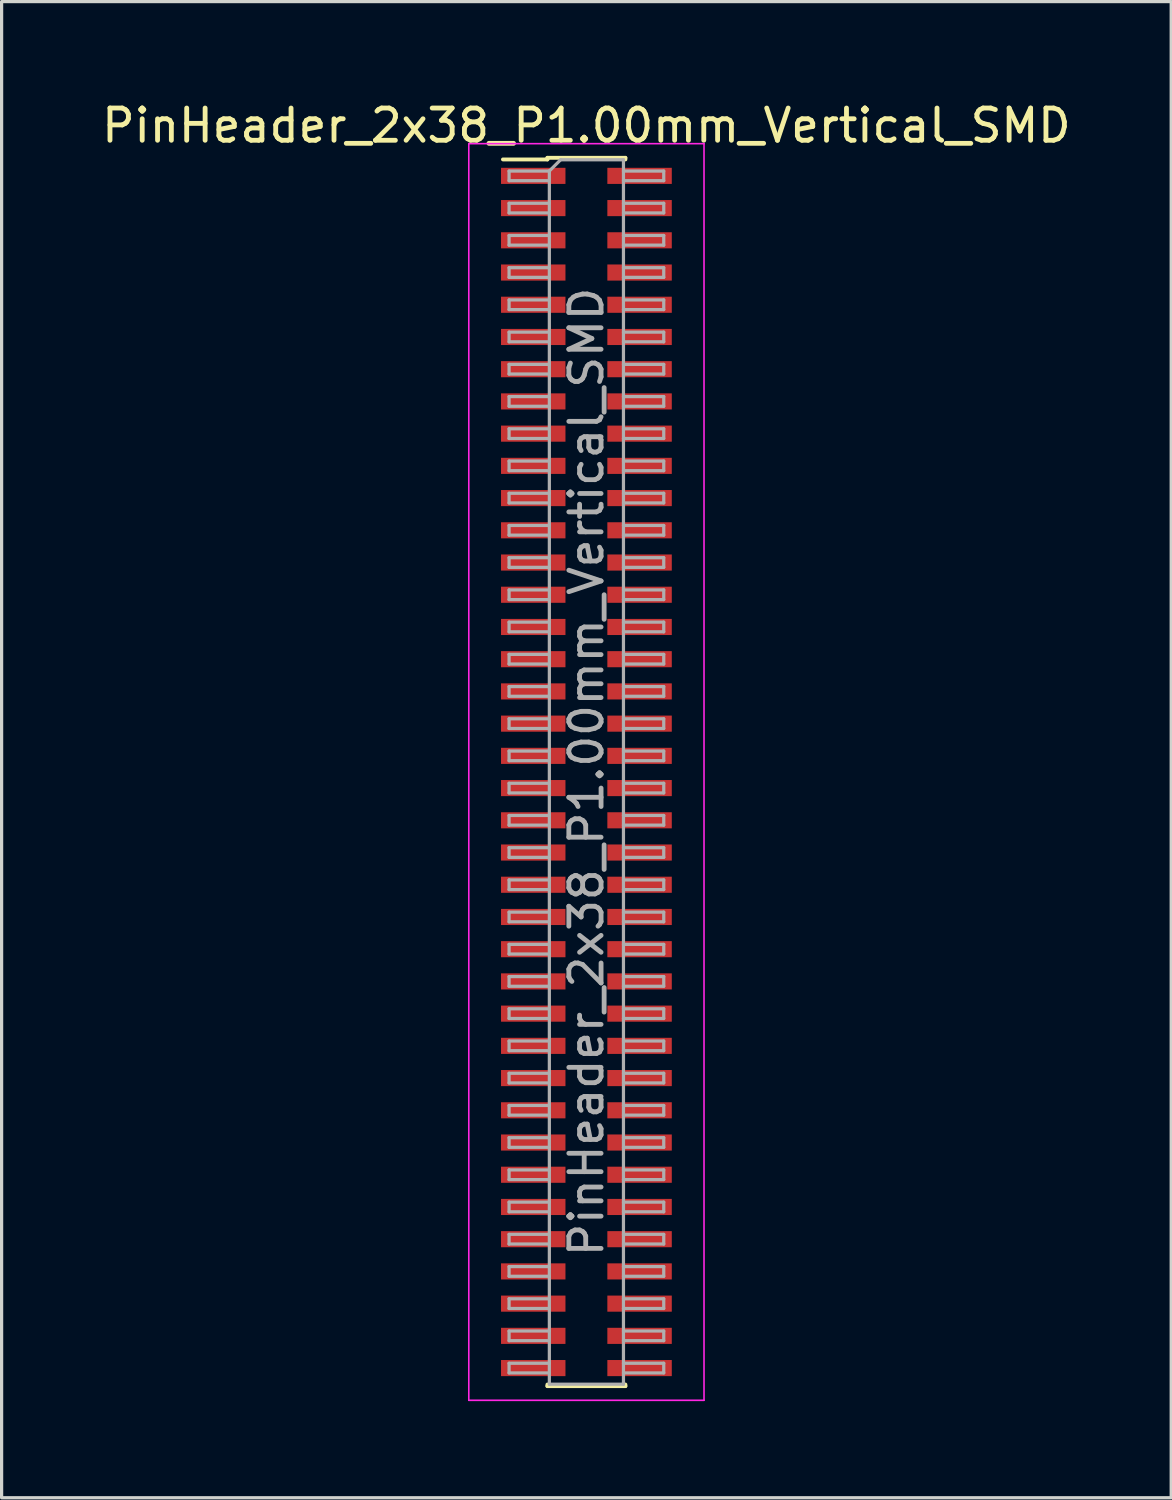
<source format=kicad_pcb>
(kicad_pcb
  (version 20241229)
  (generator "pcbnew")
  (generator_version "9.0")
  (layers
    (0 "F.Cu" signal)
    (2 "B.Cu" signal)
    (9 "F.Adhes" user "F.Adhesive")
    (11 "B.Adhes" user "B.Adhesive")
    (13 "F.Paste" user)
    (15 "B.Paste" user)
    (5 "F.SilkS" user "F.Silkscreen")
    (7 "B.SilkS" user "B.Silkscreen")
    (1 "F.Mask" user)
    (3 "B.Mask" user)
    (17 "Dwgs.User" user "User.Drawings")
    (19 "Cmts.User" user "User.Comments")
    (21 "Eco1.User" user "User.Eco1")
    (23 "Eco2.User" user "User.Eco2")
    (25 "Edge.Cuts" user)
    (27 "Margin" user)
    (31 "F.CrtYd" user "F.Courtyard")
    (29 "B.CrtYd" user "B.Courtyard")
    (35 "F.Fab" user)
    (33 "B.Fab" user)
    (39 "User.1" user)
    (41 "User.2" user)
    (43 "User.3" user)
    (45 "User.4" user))
  (footprint "PinHeader_2x38_P1.00mm_Vertical_SMD"
    (layer "F.Cu")
    (at 15.149 20.908)
    (property "Reference" "PinHeader_2x38_P1.00mm_Vertical_SMD" (at 0 -20.06 0) (layer "F.SilkS") (effects (font (size 1 1) (thickness 0.15))))
    (attr smd)
    (fp_line (start -2.59 -19.01) (end -1.21 -19.01) (stroke (width 0.12) (type solid)) (layer "F.SilkS"))
    (fp_line (start -1.21 -19.06) (end -1.21 -19.01) (stroke (width 0.12) (type solid)) (layer "F.SilkS"))
    (fp_line (start -1.21 -19.06) (end 1.21 -19.06) (stroke (width 0.12) (type solid)) (layer "F.SilkS"))
    (fp_line (start -1.21 19.01) (end -1.21 19.06) (stroke (width 0.12) (type solid)) (layer "F.SilkS"))
    (fp_line (start -1.21 19.06) (end 1.21 19.06) (stroke (width 0.12) (type solid)) (layer "F.SilkS"))
    (fp_line (start 1.21 -19.06) (end 1.21 -19.01) (stroke (width 0.12) (type solid)) (layer "F.SilkS"))
    (fp_line (start 1.21 19.01) (end 1.21 19.06) (stroke (width 0.12) (type solid)) (layer "F.SilkS"))
    (fp_line (start -3.65 -19.5) (end -3.65 19.5) (stroke (width 0.05) (type solid)) (layer "F.CrtYd"))
    (fp_line (start -3.65 19.5) (end 3.65 19.5) (stroke (width 0.05) (type solid)) (layer "F.CrtYd"))
    (fp_line (start 3.65 -19.5) (end -3.65 -19.5) (stroke (width 0.05) (type solid)) (layer "F.CrtYd"))
    (fp_line (start 3.65 19.5) (end 3.65 -19.5) (stroke (width 0.05) (type solid)) (layer "F.CrtYd"))
    (fp_line (start -2.4 -18.65) (end -2.4 -18.35) (stroke (width 0.1) (type solid)) (layer "F.Fab"))
    (fp_line (start -2.4 -18.35) (end -1.15 -18.35) (stroke (width 0.1) (type solid)) (layer "F.Fab"))
    (fp_line (start -2.4 -17.65) (end -2.4 -17.35) (stroke (width 0.1) (type solid)) (layer "F.Fab"))
    (fp_line (start -2.4 -17.35) (end -1.15 -17.35) (stroke (width 0.1) (type solid)) (layer "F.Fab"))
    (fp_line (start -2.4 -16.65) (end -2.4 -16.35) (stroke (width 0.1) (type solid)) (layer "F.Fab"))
    (fp_line (start -2.4 -16.35) (end -1.15 -16.35) (stroke (width 0.1) (type solid)) (layer "F.Fab"))
    (fp_line (start -2.4 -15.65) (end -2.4 -15.35) (stroke (width 0.1) (type solid)) (layer "F.Fab"))
    (fp_line (start -2.4 -15.35) (end -1.15 -15.35) (stroke (width 0.1) (type solid)) (layer "F.Fab"))
    (fp_line (start -2.4 -14.65) (end -2.4 -14.35) (stroke (width 0.1) (type solid)) (layer "F.Fab"))
    (fp_line (start -2.4 -14.35) (end -1.15 -14.35) (stroke (width 0.1) (type solid)) (layer "F.Fab"))
    (fp_line (start -2.4 -13.65) (end -2.4 -13.35) (stroke (width 0.1) (type solid)) (layer "F.Fab"))
    (fp_line (start -2.4 -13.35) (end -1.15 -13.35) (stroke (width 0.1) (type solid)) (layer "F.Fab"))
    (fp_line (start -2.4 -12.65) (end -2.4 -12.35) (stroke (width 0.1) (type solid)) (layer "F.Fab"))
    (fp_line (start -2.4 -12.35) (end -1.15 -12.35) (stroke (width 0.1) (type solid)) (layer "F.Fab"))
    (fp_line (start -2.4 -11.65) (end -2.4 -11.35) (stroke (width 0.1) (type solid)) (layer "F.Fab"))
    (fp_line (start -2.4 -11.35) (end -1.15 -11.35) (stroke (width 0.1) (type solid)) (layer "F.Fab"))
    (fp_line (start -2.4 -10.65) (end -2.4 -10.35) (stroke (width 0.1) (type solid)) (layer "F.Fab"))
    (fp_line (start -2.4 -10.35) (end -1.15 -10.35) (stroke (width 0.1) (type solid)) (layer "F.Fab"))
    (fp_line (start -2.4 -9.65) (end -2.4 -9.35) (stroke (width 0.1) (type solid)) (layer "F.Fab"))
    (fp_line (start -2.4 -9.35) (end -1.15 -9.35) (stroke (width 0.1) (type solid)) (layer "F.Fab"))
    (fp_line (start -2.4 -8.65) (end -2.4 -8.35) (stroke (width 0.1) (type solid)) (layer "F.Fab"))
    (fp_line (start -2.4 -8.35) (end -1.15 -8.35) (stroke (width 0.1) (type solid)) (layer "F.Fab"))
    (fp_line (start -2.4 -7.65) (end -2.4 -7.35) (stroke (width 0.1) (type solid)) (layer "F.Fab"))
    (fp_line (start -2.4 -7.35) (end -1.15 -7.35) (stroke (width 0.1) (type solid)) (layer "F.Fab"))
    (fp_line (start -2.4 -6.65) (end -2.4 -6.35) (stroke (width 0.1) (type solid)) (layer "F.Fab"))
    (fp_line (start -2.4 -6.35) (end -1.15 -6.35) (stroke (width 0.1) (type solid)) (layer "F.Fab"))
    (fp_line (start -2.4 -5.65) (end -2.4 -5.35) (stroke (width 0.1) (type solid)) (layer "F.Fab"))
    (fp_line (start -2.4 -5.35) (end -1.15 -5.35) (stroke (width 0.1) (type solid)) (layer "F.Fab"))
    (fp_line (start -2.4 -4.65) (end -2.4 -4.35) (stroke (width 0.1) (type solid)) (layer "F.Fab"))
    (fp_line (start -2.4 -4.35) (end -1.15 -4.35) (stroke (width 0.1) (type solid)) (layer "F.Fab"))
    (fp_line (start -2.4 -3.65) (end -2.4 -3.35) (stroke (width 0.1) (type solid)) (layer "F.Fab"))
    (fp_line (start -2.4 -3.35) (end -1.15 -3.35) (stroke (width 0.1) (type solid)) (layer "F.Fab"))
    (fp_line (start -2.4 -2.65) (end -2.4 -2.35) (stroke (width 0.1) (type solid)) (layer "F.Fab"))
    (fp_line (start -2.4 -2.35) (end -1.15 -2.35) (stroke (width 0.1) (type solid)) (layer "F.Fab"))
    (fp_line (start -2.4 -1.65) (end -2.4 -1.35) (stroke (width 0.1) (type solid)) (layer "F.Fab"))
    (fp_line (start -2.4 -1.35) (end -1.15 -1.35) (stroke (width 0.1) (type solid)) (layer "F.Fab"))
    (fp_line (start -2.4 -0.65) (end -2.4 -0.35) (stroke (width 0.1) (type solid)) (layer "F.Fab"))
    (fp_line (start -2.4 -0.35) (end -1.15 -0.35) (stroke (width 0.1) (type solid)) (layer "F.Fab"))
    (fp_line (start -2.4 0.35) (end -2.4 0.65) (stroke (width 0.1) (type solid)) (layer "F.Fab"))
    (fp_line (start -2.4 0.65) (end -1.15 0.65) (stroke (width 0.1) (type solid)) (layer "F.Fab"))
    (fp_line (start -2.4 1.35) (end -2.4 1.65) (stroke (width 0.1) (type solid)) (layer "F.Fab"))
    (fp_line (start -2.4 1.65) (end -1.15 1.65) (stroke (width 0.1) (type solid)) (layer "F.Fab"))
    (fp_line (start -2.4 2.35) (end -2.4 2.65) (stroke (width 0.1) (type solid)) (layer "F.Fab"))
    (fp_line (start -2.4 2.65) (end -1.15 2.65) (stroke (width 0.1) (type solid)) (layer "F.Fab"))
    (fp_line (start -2.4 3.35) (end -2.4 3.65) (stroke (width 0.1) (type solid)) (layer "F.Fab"))
    (fp_line (start -2.4 3.65) (end -1.15 3.65) (stroke (width 0.1) (type solid)) (layer "F.Fab"))
    (fp_line (start -2.4 4.35) (end -2.4 4.65) (stroke (width 0.1) (type solid)) (layer "F.Fab"))
    (fp_line (start -2.4 4.65) (end -1.15 4.65) (stroke (width 0.1) (type solid)) (layer "F.Fab"))
    (fp_line (start -2.4 5.35) (end -2.4 5.65) (stroke (width 0.1) (type solid)) (layer "F.Fab"))
    (fp_line (start -2.4 5.65) (end -1.15 5.65) (stroke (width 0.1) (type solid)) (layer "F.Fab"))
    (fp_line (start -2.4 6.35) (end -2.4 6.65) (stroke (width 0.1) (type solid)) (layer "F.Fab"))
    (fp_line (start -2.4 6.65) (end -1.15 6.65) (stroke (width 0.1) (type solid)) (layer "F.Fab"))
    (fp_line (start -2.4 7.35) (end -2.4 7.65) (stroke (width 0.1) (type solid)) (layer "F.Fab"))
    (fp_line (start -2.4 7.65) (end -1.15 7.65) (stroke (width 0.1) (type solid)) (layer "F.Fab"))
    (fp_line (start -2.4 8.35) (end -2.4 8.65) (stroke (width 0.1) (type solid)) (layer "F.Fab"))
    (fp_line (start -2.4 8.65) (end -1.15 8.65) (stroke (width 0.1) (type solid)) (layer "F.Fab"))
    (fp_line (start -2.4 9.35) (end -2.4 9.65) (stroke (width 0.1) (type solid)) (layer "F.Fab"))
    (fp_line (start -2.4 9.65) (end -1.15 9.65) (stroke (width 0.1) (type solid)) (layer "F.Fab"))
    (fp_line (start -2.4 10.35) (end -2.4 10.65) (stroke (width 0.1) (type solid)) (layer "F.Fab"))
    (fp_line (start -2.4 10.65) (end -1.15 10.65) (stroke (width 0.1) (type solid)) (layer "F.Fab"))
    (fp_line (start -2.4 11.35) (end -2.4 11.65) (stroke (width 0.1) (type solid)) (layer "F.Fab"))
    (fp_line (start -2.4 11.65) (end -1.15 11.65) (stroke (width 0.1) (type solid)) (layer "F.Fab"))
    (fp_line (start -2.4 12.35) (end -2.4 12.65) (stroke (width 0.1) (type solid)) (layer "F.Fab"))
    (fp_line (start -2.4 12.65) (end -1.15 12.65) (stroke (width 0.1) (type solid)) (layer "F.Fab"))
    (fp_line (start -2.4 13.35) (end -2.4 13.65) (stroke (width 0.1) (type solid)) (layer "F.Fab"))
    (fp_line (start -2.4 13.65) (end -1.15 13.65) (stroke (width 0.1) (type solid)) (layer "F.Fab"))
    (fp_line (start -2.4 14.35) (end -2.4 14.65) (stroke (width 0.1) (type solid)) (layer "F.Fab"))
    (fp_line (start -2.4 14.65) (end -1.15 14.65) (stroke (width 0.1) (type solid)) (layer "F.Fab"))
    (fp_line (start -2.4 15.35) (end -2.4 15.65) (stroke (width 0.1) (type solid)) (layer "F.Fab"))
    (fp_line (start -2.4 15.65) (end -1.15 15.65) (stroke (width 0.1) (type solid)) (layer "F.Fab"))
    (fp_line (start -2.4 16.35) (end -2.4 16.65) (stroke (width 0.1) (type solid)) (layer "F.Fab"))
    (fp_line (start -2.4 16.65) (end -1.15 16.65) (stroke (width 0.1) (type solid)) (layer "F.Fab"))
    (fp_line (start -2.4 17.35) (end -2.4 17.65) (stroke (width 0.1) (type solid)) (layer "F.Fab"))
    (fp_line (start -2.4 17.65) (end -1.15 17.65) (stroke (width 0.1) (type solid)) (layer "F.Fab"))
    (fp_line (start -2.4 18.35) (end -2.4 18.65) (stroke (width 0.1) (type solid)) (layer "F.Fab"))
    (fp_line (start -2.4 18.65) (end -1.15 18.65) (stroke (width 0.1) (type solid)) (layer "F.Fab"))
    (fp_line (start -1.15 -18.65) (end -2.4 -18.65) (stroke (width 0.1) (type solid)) (layer "F.Fab"))
    (fp_line (start -1.15 -18.65) (end -0.8 -19) (stroke (width 0.1) (type solid)) (layer "F.Fab"))
    (fp_line (start -1.15 -17.65) (end -2.4 -17.65) (stroke (width 0.1) (type solid)) (layer "F.Fab"))
    (fp_line (start -1.15 -16.65) (end -2.4 -16.65) (stroke (width 0.1) (type solid)) (layer "F.Fab"))
    (fp_line (start -1.15 -15.65) (end -2.4 -15.65) (stroke (width 0.1) (type solid)) (layer "F.Fab"))
    (fp_line (start -1.15 -14.65) (end -2.4 -14.65) (stroke (width 0.1) (type solid)) (layer "F.Fab"))
    (fp_line (start -1.15 -13.65) (end -2.4 -13.65) (stroke (width 0.1) (type solid)) (layer "F.Fab"))
    (fp_line (start -1.15 -12.65) (end -2.4 -12.65) (stroke (width 0.1) (type solid)) (layer "F.Fab"))
    (fp_line (start -1.15 -11.65) (end -2.4 -11.65) (stroke (width 0.1) (type solid)) (layer "F.Fab"))
    (fp_line (start -1.15 -10.65) (end -2.4 -10.65) (stroke (width 0.1) (type solid)) (layer "F.Fab"))
    (fp_line (start -1.15 -9.65) (end -2.4 -9.65) (stroke (width 0.1) (type solid)) (layer "F.Fab"))
    (fp_line (start -1.15 -8.65) (end -2.4 -8.65) (stroke (width 0.1) (type solid)) (layer "F.Fab"))
    (fp_line (start -1.15 -7.65) (end -2.4 -7.65) (stroke (width 0.1) (type solid)) (layer "F.Fab"))
    (fp_line (start -1.15 -6.65) (end -2.4 -6.65) (stroke (width 0.1) (type solid)) (layer "F.Fab"))
    (fp_line (start -1.15 -5.65) (end -2.4 -5.65) (stroke (width 0.1) (type solid)) (layer "F.Fab"))
    (fp_line (start -1.15 -4.65) (end -2.4 -4.65) (stroke (width 0.1) (type solid)) (layer "F.Fab"))
    (fp_line (start -1.15 -3.65) (end -2.4 -3.65) (stroke (width 0.1) (type solid)) (layer "F.Fab"))
    (fp_line (start -1.15 -2.65) (end -2.4 -2.65) (stroke (width 0.1) (type solid)) (layer "F.Fab"))
    (fp_line (start -1.15 -1.65) (end -2.4 -1.65) (stroke (width 0.1) (type solid)) (layer "F.Fab"))
    (fp_line (start -1.15 -0.65) (end -2.4 -0.65) (stroke (width 0.1) (type solid)) (layer "F.Fab"))
    (fp_line (start -1.15 0.35) (end -2.4 0.35) (stroke (width 0.1) (type solid)) (layer "F.Fab"))
    (fp_line (start -1.15 1.35) (end -2.4 1.35) (stroke (width 0.1) (type solid)) (layer "F.Fab"))
    (fp_line (start -1.15 2.35) (end -2.4 2.35) (stroke (width 0.1) (type solid)) (layer "F.Fab"))
    (fp_line (start -1.15 3.35) (end -2.4 3.35) (stroke (width 0.1) (type solid)) (layer "F.Fab"))
    (fp_line (start -1.15 4.35) (end -2.4 4.35) (stroke (width 0.1) (type solid)) (layer "F.Fab"))
    (fp_line (start -1.15 5.35) (end -2.4 5.35) (stroke (width 0.1) (type solid)) (layer "F.Fab"))
    (fp_line (start -1.15 6.35) (end -2.4 6.35) (stroke (width 0.1) (type solid)) (layer "F.Fab"))
    (fp_line (start -1.15 7.35) (end -2.4 7.35) (stroke (width 0.1) (type solid)) (layer "F.Fab"))
    (fp_line (start -1.15 8.35) (end -2.4 8.35) (stroke (width 0.1) (type solid)) (layer "F.Fab"))
    (fp_line (start -1.15 9.35) (end -2.4 9.35) (stroke (width 0.1) (type solid)) (layer "F.Fab"))
    (fp_line (start -1.15 10.35) (end -2.4 10.35) (stroke (width 0.1) (type solid)) (layer "F.Fab"))
    (fp_line (start -1.15 11.35) (end -2.4 11.35) (stroke (width 0.1) (type solid)) (layer "F.Fab"))
    (fp_line (start -1.15 12.35) (end -2.4 12.35) (stroke (width 0.1) (type solid)) (layer "F.Fab"))
    (fp_line (start -1.15 13.35) (end -2.4 13.35) (stroke (width 0.1) (type solid)) (layer "F.Fab"))
    (fp_line (start -1.15 14.35) (end -2.4 14.35) (stroke (width 0.1) (type solid)) (layer "F.Fab"))
    (fp_line (start -1.15 15.35) (end -2.4 15.35) (stroke (width 0.1) (type solid)) (layer "F.Fab"))
    (fp_line (start -1.15 16.35) (end -2.4 16.35) (stroke (width 0.1) (type solid)) (layer "F.Fab"))
    (fp_line (start -1.15 17.35) (end -2.4 17.35) (stroke (width 0.1) (type solid)) (layer "F.Fab"))
    (fp_line (start -1.15 18.35) (end -2.4 18.35) (stroke (width 0.1) (type solid)) (layer "F.Fab"))
    (fp_line (start -1.15 19) (end -1.15 -18.65) (stroke (width 0.1) (type solid)) (layer "F.Fab"))
    (fp_line (start -0.8 -19) (end 1.15 -19) (stroke (width 0.1) (type solid)) (layer "F.Fab"))
    (fp_line (start 1.15 -19) (end 1.15 19) (stroke (width 0.1) (type solid)) (layer "F.Fab"))
    (fp_line (start 1.15 -18.65) (end 2.4 -18.65) (stroke (width 0.1) (type solid)) (layer "F.Fab"))
    (fp_line (start 1.15 -17.65) (end 2.4 -17.65) (stroke (width 0.1) (type solid)) (layer "F.Fab"))
    (fp_line (start 1.15 -16.65) (end 2.4 -16.65) (stroke (width 0.1) (type solid)) (layer "F.Fab"))
    (fp_line (start 1.15 -15.65) (end 2.4 -15.65) (stroke (width 0.1) (type solid)) (layer "F.Fab"))
    (fp_line (start 1.15 -14.65) (end 2.4 -14.65) (stroke (width 0.1) (type solid)) (layer "F.Fab"))
    (fp_line (start 1.15 -13.65) (end 2.4 -13.65) (stroke (width 0.1) (type solid)) (layer "F.Fab"))
    (fp_line (start 1.15 -12.65) (end 2.4 -12.65) (stroke (width 0.1) (type solid)) (layer "F.Fab"))
    (fp_line (start 1.15 -11.65) (end 2.4 -11.65) (stroke (width 0.1) (type solid)) (layer "F.Fab"))
    (fp_line (start 1.15 -10.65) (end 2.4 -10.65) (stroke (width 0.1) (type solid)) (layer "F.Fab"))
    (fp_line (start 1.15 -9.65) (end 2.4 -9.65) (stroke (width 0.1) (type solid)) (layer "F.Fab"))
    (fp_line (start 1.15 -8.65) (end 2.4 -8.65) (stroke (width 0.1) (type solid)) (layer "F.Fab"))
    (fp_line (start 1.15 -7.65) (end 2.4 -7.65) (stroke (width 0.1) (type solid)) (layer "F.Fab"))
    (fp_line (start 1.15 -6.65) (end 2.4 -6.65) (stroke (width 0.1) (type solid)) (layer "F.Fab"))
    (fp_line (start 1.15 -5.65) (end 2.4 -5.65) (stroke (width 0.1) (type solid)) (layer "F.Fab"))
    (fp_line (start 1.15 -4.65) (end 2.4 -4.65) (stroke (width 0.1) (type solid)) (layer "F.Fab"))
    (fp_line (start 1.15 -3.65) (end 2.4 -3.65) (stroke (width 0.1) (type solid)) (layer "F.Fab"))
    (fp_line (start 1.15 -2.65) (end 2.4 -2.65) (stroke (width 0.1) (type solid)) (layer "F.Fab"))
    (fp_line (start 1.15 -1.65) (end 2.4 -1.65) (stroke (width 0.1) (type solid)) (layer "F.Fab"))
    (fp_line (start 1.15 -0.65) (end 2.4 -0.65) (stroke (width 0.1) (type solid)) (layer "F.Fab"))
    (fp_line (start 1.15 0.35) (end 2.4 0.35) (stroke (width 0.1) (type solid)) (layer "F.Fab"))
    (fp_line (start 1.15 1.35) (end 2.4 1.35) (stroke (width 0.1) (type solid)) (layer "F.Fab"))
    (fp_line (start 1.15 2.35) (end 2.4 2.35) (stroke (width 0.1) (type solid)) (layer "F.Fab"))
    (fp_line (start 1.15 3.35) (end 2.4 3.35) (stroke (width 0.1) (type solid)) (layer "F.Fab"))
    (fp_line (start 1.15 4.35) (end 2.4 4.35) (stroke (width 0.1) (type solid)) (layer "F.Fab"))
    (fp_line (start 1.15 5.35) (end 2.4 5.35) (stroke (width 0.1) (type solid)) (layer "F.Fab"))
    (fp_line (start 1.15 6.35) (end 2.4 6.35) (stroke (width 0.1) (type solid)) (layer "F.Fab"))
    (fp_line (start 1.15 7.35) (end 2.4 7.35) (stroke (width 0.1) (type solid)) (layer "F.Fab"))
    (fp_line (start 1.15 8.35) (end 2.4 8.35) (stroke (width 0.1) (type solid)) (layer "F.Fab"))
    (fp_line (start 1.15 9.35) (end 2.4 9.35) (stroke (width 0.1) (type solid)) (layer "F.Fab"))
    (fp_line (start 1.15 10.35) (end 2.4 10.35) (stroke (width 0.1) (type solid)) (layer "F.Fab"))
    (fp_line (start 1.15 11.35) (end 2.4 11.35) (stroke (width 0.1) (type solid)) (layer "F.Fab"))
    (fp_line (start 1.15 12.35) (end 2.4 12.35) (stroke (width 0.1) (type solid)) (layer "F.Fab"))
    (fp_line (start 1.15 13.35) (end 2.4 13.35) (stroke (width 0.1) (type solid)) (layer "F.Fab"))
    (fp_line (start 1.15 14.35) (end 2.4 14.35) (stroke (width 0.1) (type solid)) (layer "F.Fab"))
    (fp_line (start 1.15 15.35) (end 2.4 15.35) (stroke (width 0.1) (type solid)) (layer "F.Fab"))
    (fp_line (start 1.15 16.35) (end 2.4 16.35) (stroke (width 0.1) (type solid)) (layer "F.Fab"))
    (fp_line (start 1.15 17.35) (end 2.4 17.35) (stroke (width 0.1) (type solid)) (layer "F.Fab"))
    (fp_line (start 1.15 18.35) (end 2.4 18.35) (stroke (width 0.1) (type solid)) (layer "F.Fab"))
    (fp_line (start 1.15 19) (end -1.15 19) (stroke (width 0.1) (type solid)) (layer "F.Fab"))
    (fp_line (start 2.4 -18.65) (end 2.4 -18.35) (stroke (width 0.1) (type solid)) (layer "F.Fab"))
    (fp_line (start 2.4 -18.35) (end 1.15 -18.35) (stroke (width 0.1) (type solid)) (layer "F.Fab"))
    (fp_line (start 2.4 -17.65) (end 2.4 -17.35) (stroke (width 0.1) (type solid)) (layer "F.Fab"))
    (fp_line (start 2.4 -17.35) (end 1.15 -17.35) (stroke (width 0.1) (type solid)) (layer "F.Fab"))
    (fp_line (start 2.4 -16.65) (end 2.4 -16.35) (stroke (width 0.1) (type solid)) (layer "F.Fab"))
    (fp_line (start 2.4 -16.35) (end 1.15 -16.35) (stroke (width 0.1) (type solid)) (layer "F.Fab"))
    (fp_line (start 2.4 -15.65) (end 2.4 -15.35) (stroke (width 0.1) (type solid)) (layer "F.Fab"))
    (fp_line (start 2.4 -15.35) (end 1.15 -15.35) (stroke (width 0.1) (type solid)) (layer "F.Fab"))
    (fp_line (start 2.4 -14.65) (end 2.4 -14.35) (stroke (width 0.1) (type solid)) (layer "F.Fab"))
    (fp_line (start 2.4 -14.35) (end 1.15 -14.35) (stroke (width 0.1) (type solid)) (layer "F.Fab"))
    (fp_line (start 2.4 -13.65) (end 2.4 -13.35) (stroke (width 0.1) (type solid)) (layer "F.Fab"))
    (fp_line (start 2.4 -13.35) (end 1.15 -13.35) (stroke (width 0.1) (type solid)) (layer "F.Fab"))
    (fp_line (start 2.4 -12.65) (end 2.4 -12.35) (stroke (width 0.1) (type solid)) (layer "F.Fab"))
    (fp_line (start 2.4 -12.35) (end 1.15 -12.35) (stroke (width 0.1) (type solid)) (layer "F.Fab"))
    (fp_line (start 2.4 -11.65) (end 2.4 -11.35) (stroke (width 0.1) (type solid)) (layer "F.Fab"))
    (fp_line (start 2.4 -11.35) (end 1.15 -11.35) (stroke (width 0.1) (type solid)) (layer "F.Fab"))
    (fp_line (start 2.4 -10.65) (end 2.4 -10.35) (stroke (width 0.1) (type solid)) (layer "F.Fab"))
    (fp_line (start 2.4 -10.35) (end 1.15 -10.35) (stroke (width 0.1) (type solid)) (layer "F.Fab"))
    (fp_line (start 2.4 -9.65) (end 2.4 -9.35) (stroke (width 0.1) (type solid)) (layer "F.Fab"))
    (fp_line (start 2.4 -9.35) (end 1.15 -9.35) (stroke (width 0.1) (type solid)) (layer "F.Fab"))
    (fp_line (start 2.4 -8.65) (end 2.4 -8.35) (stroke (width 0.1) (type solid)) (layer "F.Fab"))
    (fp_line (start 2.4 -8.35) (end 1.15 -8.35) (stroke (width 0.1) (type solid)) (layer "F.Fab"))
    (fp_line (start 2.4 -7.65) (end 2.4 -7.35) (stroke (width 0.1) (type solid)) (layer "F.Fab"))
    (fp_line (start 2.4 -7.35) (end 1.15 -7.35) (stroke (width 0.1) (type solid)) (layer "F.Fab"))
    (fp_line (start 2.4 -6.65) (end 2.4 -6.35) (stroke (width 0.1) (type solid)) (layer "F.Fab"))
    (fp_line (start 2.4 -6.35) (end 1.15 -6.35) (stroke (width 0.1) (type solid)) (layer "F.Fab"))
    (fp_line (start 2.4 -5.65) (end 2.4 -5.35) (stroke (width 0.1) (type solid)) (layer "F.Fab"))
    (fp_line (start 2.4 -5.35) (end 1.15 -5.35) (stroke (width 0.1) (type solid)) (layer "F.Fab"))
    (fp_line (start 2.4 -4.65) (end 2.4 -4.35) (stroke (width 0.1) (type solid)) (layer "F.Fab"))
    (fp_line (start 2.4 -4.35) (end 1.15 -4.35) (stroke (width 0.1) (type solid)) (layer "F.Fab"))
    (fp_line (start 2.4 -3.65) (end 2.4 -3.35) (stroke (width 0.1) (type solid)) (layer "F.Fab"))
    (fp_line (start 2.4 -3.35) (end 1.15 -3.35) (stroke (width 0.1) (type solid)) (layer "F.Fab"))
    (fp_line (start 2.4 -2.65) (end 2.4 -2.35) (stroke (width 0.1) (type solid)) (layer "F.Fab"))
    (fp_line (start 2.4 -2.35) (end 1.15 -2.35) (stroke (width 0.1) (type solid)) (layer "F.Fab"))
    (fp_line (start 2.4 -1.65) (end 2.4 -1.35) (stroke (width 0.1) (type solid)) (layer "F.Fab"))
    (fp_line (start 2.4 -1.35) (end 1.15 -1.35) (stroke (width 0.1) (type solid)) (layer "F.Fab"))
    (fp_line (start 2.4 -0.65) (end 2.4 -0.35) (stroke (width 0.1) (type solid)) (layer "F.Fab"))
    (fp_line (start 2.4 -0.35) (end 1.15 -0.35) (stroke (width 0.1) (type solid)) (layer "F.Fab"))
    (fp_line (start 2.4 0.35) (end 2.4 0.65) (stroke (width 0.1) (type solid)) (layer "F.Fab"))
    (fp_line (start 2.4 0.65) (end 1.15 0.65) (stroke (width 0.1) (type solid)) (layer "F.Fab"))
    (fp_line (start 2.4 1.35) (end 2.4 1.65) (stroke (width 0.1) (type solid)) (layer "F.Fab"))
    (fp_line (start 2.4 1.65) (end 1.15 1.65) (stroke (width 0.1) (type solid)) (layer "F.Fab"))
    (fp_line (start 2.4 2.35) (end 2.4 2.65) (stroke (width 0.1) (type solid)) (layer "F.Fab"))
    (fp_line (start 2.4 2.65) (end 1.15 2.65) (stroke (width 0.1) (type solid)) (layer "F.Fab"))
    (fp_line (start 2.4 3.35) (end 2.4 3.65) (stroke (width 0.1) (type solid)) (layer "F.Fab"))
    (fp_line (start 2.4 3.65) (end 1.15 3.65) (stroke (width 0.1) (type solid)) (layer "F.Fab"))
    (fp_line (start 2.4 4.35) (end 2.4 4.65) (stroke (width 0.1) (type solid)) (layer "F.Fab"))
    (fp_line (start 2.4 4.65) (end 1.15 4.65) (stroke (width 0.1) (type solid)) (layer "F.Fab"))
    (fp_line (start 2.4 5.35) (end 2.4 5.65) (stroke (width 0.1) (type solid)) (layer "F.Fab"))
    (fp_line (start 2.4 5.65) (end 1.15 5.65) (stroke (width 0.1) (type solid)) (layer "F.Fab"))
    (fp_line (start 2.4 6.35) (end 2.4 6.65) (stroke (width 0.1) (type solid)) (layer "F.Fab"))
    (fp_line (start 2.4 6.65) (end 1.15 6.65) (stroke (width 0.1) (type solid)) (layer "F.Fab"))
    (fp_line (start 2.4 7.35) (end 2.4 7.65) (stroke (width 0.1) (type solid)) (layer "F.Fab"))
    (fp_line (start 2.4 7.65) (end 1.15 7.65) (stroke (width 0.1) (type solid)) (layer "F.Fab"))
    (fp_line (start 2.4 8.35) (end 2.4 8.65) (stroke (width 0.1) (type solid)) (layer "F.Fab"))
    (fp_line (start 2.4 8.65) (end 1.15 8.65) (stroke (width 0.1) (type solid)) (layer "F.Fab"))
    (fp_line (start 2.4 9.35) (end 2.4 9.65) (stroke (width 0.1) (type solid)) (layer "F.Fab"))
    (fp_line (start 2.4 9.65) (end 1.15 9.65) (stroke (width 0.1) (type solid)) (layer "F.Fab"))
    (fp_line (start 2.4 10.35) (end 2.4 10.65) (stroke (width 0.1) (type solid)) (layer "F.Fab"))
    (fp_line (start 2.4 10.65) (end 1.15 10.65) (stroke (width 0.1) (type solid)) (layer "F.Fab"))
    (fp_line (start 2.4 11.35) (end 2.4 11.65) (stroke (width 0.1) (type solid)) (layer "F.Fab"))
    (fp_line (start 2.4 11.65) (end 1.15 11.65) (stroke (width 0.1) (type solid)) (layer "F.Fab"))
    (fp_line (start 2.4 12.35) (end 2.4 12.65) (stroke (width 0.1) (type solid)) (layer "F.Fab"))
    (fp_line (start 2.4 12.65) (end 1.15 12.65) (stroke (width 0.1) (type solid)) (layer "F.Fab"))
    (fp_line (start 2.4 13.35) (end 2.4 13.65) (stroke (width 0.1) (type solid)) (layer "F.Fab"))
    (fp_line (start 2.4 13.65) (end 1.15 13.65) (stroke (width 0.1) (type solid)) (layer "F.Fab"))
    (fp_line (start 2.4 14.35) (end 2.4 14.65) (stroke (width 0.1) (type solid)) (layer "F.Fab"))
    (fp_line (start 2.4 14.65) (end 1.15 14.65) (stroke (width 0.1) (type solid)) (layer "F.Fab"))
    (fp_line (start 2.4 15.35) (end 2.4 15.65) (stroke (width 0.1) (type solid)) (layer "F.Fab"))
    (fp_line (start 2.4 15.65) (end 1.15 15.65) (stroke (width 0.1) (type solid)) (layer "F.Fab"))
    (fp_line (start 2.4 16.35) (end 2.4 16.65) (stroke (width 0.1) (type solid)) (layer "F.Fab"))
    (fp_line (start 2.4 16.65) (end 1.15 16.65) (stroke (width 0.1) (type solid)) (layer "F.Fab"))
    (fp_line (start 2.4 17.35) (end 2.4 17.65) (stroke (width 0.1) (type solid)) (layer "F.Fab"))
    (fp_line (start 2.4 17.65) (end 1.15 17.65) (stroke (width 0.1) (type solid)) (layer "F.Fab"))
    (fp_line (start 2.4 18.35) (end 2.4 18.65) (stroke (width 0.1) (type solid)) (layer "F.Fab"))
    (fp_line (start 2.4 18.65) (end 1.15 18.65) (stroke (width 0.1) (type solid)) (layer "F.Fab"))
    (fp_text user "${REFERENCE}" (at 0 0 90) (layer "F.Fab") (effects (font (size 1 1) (thickness 0.15))))
    (pad "1" smd rect (at -1.65 -18.5) (size 2 0.5) (layers "F.Cu" "F.Mask" "F.Paste"))
    (pad "2" smd rect (at 1.65 -18.5) (size 2 0.5) (layers "F.Cu" "F.Mask" "F.Paste"))
    (pad "3" smd rect (at -1.65 -17.5) (size 2 0.5) (layers "F.Cu" "F.Mask" "F.Paste"))
    (pad "4" smd rect (at 1.65 -17.5) (size 2 0.5) (layers "F.Cu" "F.Mask" "F.Paste"))
    (pad "5" smd rect (at -1.65 -16.5) (size 2 0.5) (layers "F.Cu" "F.Mask" "F.Paste"))
    (pad "6" smd rect (at 1.65 -16.5) (size 2 0.5) (layers "F.Cu" "F.Mask" "F.Paste"))
    (pad "7" smd rect (at -1.65 -15.5) (size 2 0.5) (layers "F.Cu" "F.Mask" "F.Paste"))
    (pad "8" smd rect (at 1.65 -15.5) (size 2 0.5) (layers "F.Cu" "F.Mask" "F.Paste"))
    (pad "9" smd rect (at -1.65 -14.5) (size 2 0.5) (layers "F.Cu" "F.Mask" "F.Paste"))
    (pad "10" smd rect (at 1.65 -14.5) (size 2 0.5) (layers "F.Cu" "F.Mask" "F.Paste"))
    (pad "11" smd rect (at -1.65 -13.5) (size 2 0.5) (layers "F.Cu" "F.Mask" "F.Paste"))
    (pad "12" smd rect (at 1.65 -13.5) (size 2 0.5) (layers "F.Cu" "F.Mask" "F.Paste"))
    (pad "13" smd rect (at -1.65 -12.5) (size 2 0.5) (layers "F.Cu" "F.Mask" "F.Paste"))
    (pad "14" smd rect (at 1.65 -12.5) (size 2 0.5) (layers "F.Cu" "F.Mask" "F.Paste"))
    (pad "15" smd rect (at -1.65 -11.5) (size 2 0.5) (layers "F.Cu" "F.Mask" "F.Paste"))
    (pad "16" smd rect (at 1.65 -11.5) (size 2 0.5) (layers "F.Cu" "F.Mask" "F.Paste"))
    (pad "17" smd rect (at -1.65 -10.5) (size 2 0.5) (layers "F.Cu" "F.Mask" "F.Paste"))
    (pad "18" smd rect (at 1.65 -10.5) (size 2 0.5) (layers "F.Cu" "F.Mask" "F.Paste"))
    (pad "19" smd rect (at -1.65 -9.5) (size 2 0.5) (layers "F.Cu" "F.Mask" "F.Paste"))
    (pad "20" smd rect (at 1.65 -9.5) (size 2 0.5) (layers "F.Cu" "F.Mask" "F.Paste"))
    (pad "21" smd rect (at -1.65 -8.5) (size 2 0.5) (layers "F.Cu" "F.Mask" "F.Paste"))
    (pad "22" smd rect (at 1.65 -8.5) (size 2 0.5) (layers "F.Cu" "F.Mask" "F.Paste"))
    (pad "23" smd rect (at -1.65 -7.5) (size 2 0.5) (layers "F.Cu" "F.Mask" "F.Paste"))
    (pad "24" smd rect (at 1.65 -7.5) (size 2 0.5) (layers "F.Cu" "F.Mask" "F.Paste"))
    (pad "25" smd rect (at -1.65 -6.5) (size 2 0.5) (layers "F.Cu" "F.Mask" "F.Paste"))
    (pad "26" smd rect (at 1.65 -6.5) (size 2 0.5) (layers "F.Cu" "F.Mask" "F.Paste"))
    (pad "27" smd rect (at -1.65 -5.5) (size 2 0.5) (layers "F.Cu" "F.Mask" "F.Paste"))
    (pad "28" smd rect (at 1.65 -5.5) (size 2 0.5) (layers "F.Cu" "F.Mask" "F.Paste"))
    (pad "29" smd rect (at -1.65 -4.5) (size 2 0.5) (layers "F.Cu" "F.Mask" "F.Paste"))
    (pad "30" smd rect (at 1.65 -4.5) (size 2 0.5) (layers "F.Cu" "F.Mask" "F.Paste"))
    (pad "31" smd rect (at -1.65 -3.5) (size 2 0.5) (layers "F.Cu" "F.Mask" "F.Paste"))
    (pad "32" smd rect (at 1.65 -3.5) (size 2 0.5) (layers "F.Cu" "F.Mask" "F.Paste"))
    (pad "33" smd rect (at -1.65 -2.5) (size 2 0.5) (layers "F.Cu" "F.Mask" "F.Paste"))
    (pad "34" smd rect (at 1.65 -2.5) (size 2 0.5) (layers "F.Cu" "F.Mask" "F.Paste"))
    (pad "35" smd rect (at -1.65 -1.5) (size 2 0.5) (layers "F.Cu" "F.Mask" "F.Paste"))
    (pad "36" smd rect (at 1.65 -1.5) (size 2 0.5) (layers "F.Cu" "F.Mask" "F.Paste"))
    (pad "37" smd rect (at -1.65 -0.5) (size 2 0.5) (layers "F.Cu" "F.Mask" "F.Paste"))
    (pad "38" smd rect (at 1.65 -0.5) (size 2 0.5) (layers "F.Cu" "F.Mask" "F.Paste"))
    (pad "39" smd rect (at -1.65 0.5) (size 2 0.5) (layers "F.Cu" "F.Mask" "F.Paste"))
    (pad "40" smd rect (at 1.65 0.5) (size 2 0.5) (layers "F.Cu" "F.Mask" "F.Paste"))
    (pad "41" smd rect (at -1.65 1.5) (size 2 0.5) (layers "F.Cu" "F.Mask" "F.Paste"))
    (pad "42" smd rect (at 1.65 1.5) (size 2 0.5) (layers "F.Cu" "F.Mask" "F.Paste"))
    (pad "43" smd rect (at -1.65 2.5) (size 2 0.5) (layers "F.Cu" "F.Mask" "F.Paste"))
    (pad "44" smd rect (at 1.65 2.5) (size 2 0.5) (layers "F.Cu" "F.Mask" "F.Paste"))
    (pad "45" smd rect (at -1.65 3.5) (size 2 0.5) (layers "F.Cu" "F.Mask" "F.Paste"))
    (pad "46" smd rect (at 1.65 3.5) (size 2 0.5) (layers "F.Cu" "F.Mask" "F.Paste"))
    (pad "47" smd rect (at -1.65 4.5) (size 2 0.5) (layers "F.Cu" "F.Mask" "F.Paste"))
    (pad "48" smd rect (at 1.65 4.5) (size 2 0.5) (layers "F.Cu" "F.Mask" "F.Paste"))
    (pad "49" smd rect (at -1.65 5.5) (size 2 0.5) (layers "F.Cu" "F.Mask" "F.Paste"))
    (pad "50" smd rect (at 1.65 5.5) (size 2 0.5) (layers "F.Cu" "F.Mask" "F.Paste"))
    (pad "51" smd rect (at -1.65 6.5) (size 2 0.5) (layers "F.Cu" "F.Mask" "F.Paste"))
    (pad "52" smd rect (at 1.65 6.5) (size 2 0.5) (layers "F.Cu" "F.Mask" "F.Paste"))
    (pad "53" smd rect (at -1.65 7.5) (size 2 0.5) (layers "F.Cu" "F.Mask" "F.Paste"))
    (pad "54" smd rect (at 1.65 7.5) (size 2 0.5) (layers "F.Cu" "F.Mask" "F.Paste"))
    (pad "55" smd rect (at -1.65 8.5) (size 2 0.5) (layers "F.Cu" "F.Mask" "F.Paste"))
    (pad "56" smd rect (at 1.65 8.5) (size 2 0.5) (layers "F.Cu" "F.Mask" "F.Paste"))
    (pad "57" smd rect (at -1.65 9.5) (size 2 0.5) (layers "F.Cu" "F.Mask" "F.Paste"))
    (pad "58" smd rect (at 1.65 9.5) (size 2 0.5) (layers "F.Cu" "F.Mask" "F.Paste"))
    (pad "59" smd rect (at -1.65 10.5) (size 2 0.5) (layers "F.Cu" "F.Mask" "F.Paste"))
    (pad "60" smd rect (at 1.65 10.5) (size 2 0.5) (layers "F.Cu" "F.Mask" "F.Paste"))
    (pad "61" smd rect (at -1.65 11.5) (size 2 0.5) (layers "F.Cu" "F.Mask" "F.Paste"))
    (pad "62" smd rect (at 1.65 11.5) (size 2 0.5) (layers "F.Cu" "F.Mask" "F.Paste"))
    (pad "63" smd rect (at -1.65 12.5) (size 2 0.5) (layers "F.Cu" "F.Mask" "F.Paste"))
    (pad "64" smd rect (at 1.65 12.5) (size 2 0.5) (layers "F.Cu" "F.Mask" "F.Paste"))
    (pad "65" smd rect (at -1.65 13.5) (size 2 0.5) (layers "F.Cu" "F.Mask" "F.Paste"))
    (pad "66" smd rect (at 1.65 13.5) (size 2 0.5) (layers "F.Cu" "F.Mask" "F.Paste"))
    (pad "67" smd rect (at -1.65 14.5) (size 2 0.5) (layers "F.Cu" "F.Mask" "F.Paste"))
    (pad "68" smd rect (at 1.65 14.5) (size 2 0.5) (layers "F.Cu" "F.Mask" "F.Paste"))
    (pad "69" smd rect (at -1.65 15.5) (size 2 0.5) (layers "F.Cu" "F.Mask" "F.Paste"))
    (pad "70" smd rect (at 1.65 15.5) (size 2 0.5) (layers "F.Cu" "F.Mask" "F.Paste"))
    (pad "71" smd rect (at -1.65 16.5) (size 2 0.5) (layers "F.Cu" "F.Mask" "F.Paste"))
    (pad "72" smd rect (at 1.65 16.5) (size 2 0.5) (layers "F.Cu" "F.Mask" "F.Paste"))
    (pad "73" smd rect (at -1.65 17.5) (size 2 0.5) (layers "F.Cu" "F.Mask" "F.Paste"))
    (pad "74" smd rect (at 1.65 17.5) (size 2 0.5) (layers "F.Cu" "F.Mask" "F.Paste"))
    (pad "75" smd rect (at -1.65 18.5) (size 2 0.5) (layers "F.Cu" "F.Mask" "F.Paste"))
    (pad "76" smd rect (at 1.65 18.5) (size 2 0.5) (layers "F.Cu" "F.Mask" "F.Paste")))
  (gr_rect
    (start -3 -3)
    (end 33.298 43.433)
    (stroke (width 0.1) (type default))
    (fill no)
    (layer "Edge.Cuts")))
</source>
